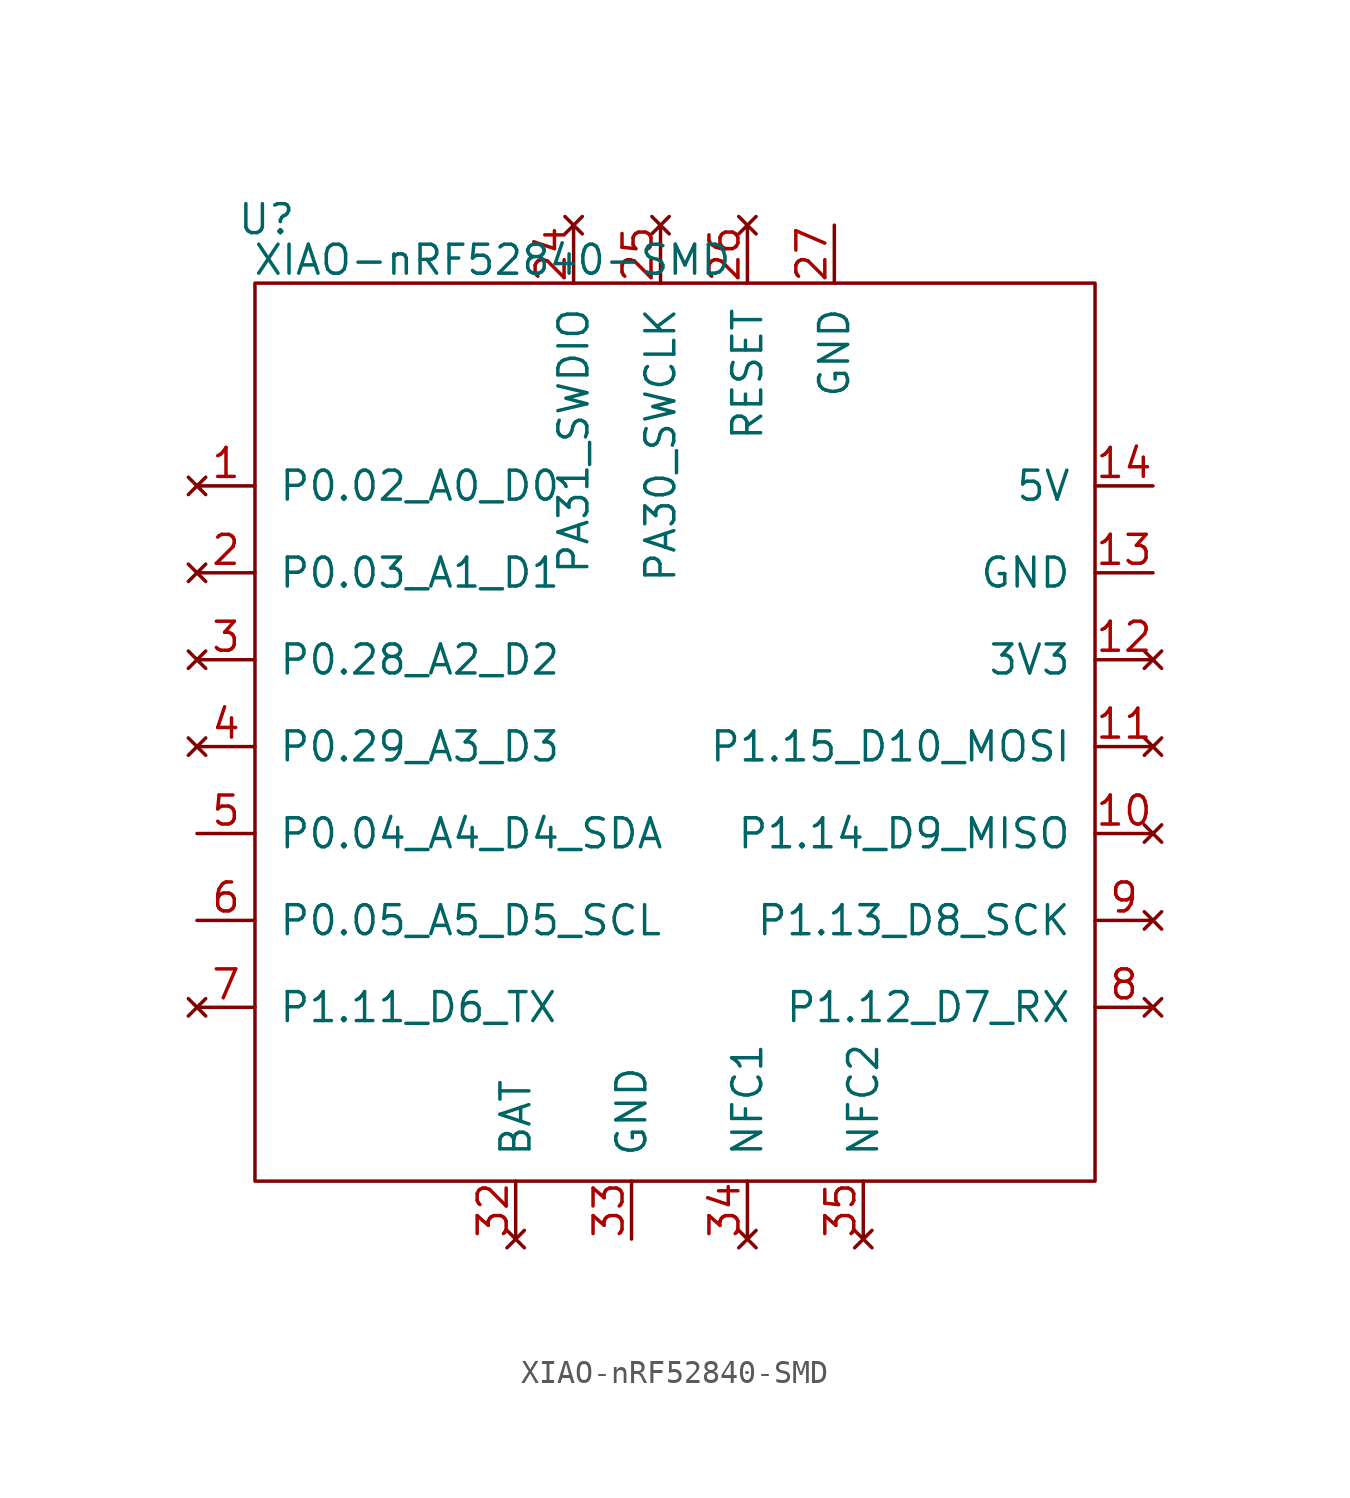
<source format=kicad_sym>
(kicad_symbol_lib
  (version 20241209)
  (generator "kicad_symbol_editor")
  (generator_version "9.0")
  (symbol "XIAO-nRF52840-SMD"
    (pin_names
      (offset 1.016))
    (property "Reference" "U"
      (at -18.542 23.114 0)
      (effects (font (size 1.27 1.27))))
    (property "Value" "XIAO-nRF52840-SMD"
      (at -8.636 21.336 0)
      (effects (font (size 1.27 1.27))))
    (symbol "XIAO-nRF52840-SMD_0_1"
      (rectangle (start -19.05 20.32) (end 17.78 -19.05) (stroke (width 0) (type default)) (fill (type none))))
    (symbol "XIAO-nRF52840-SMD_1_1"
      (pin no_connect line (at -21.59 11.43 0) (length 2.54) (name "P0.02_A0_D0" (effects (font (size 1.27 1.27)))) (number "1" (effects (font (size 1.27 1.27)))))
      (pin no_connect line (at -21.59 7.62 0) (length 2.54) (name "P0.03_A1_D1" (effects (font (size 1.27 1.27)))) (number "2" (effects (font (size 1.27 1.27)))))
      (pin no_connect line (at -21.59 3.81 0) (length 2.54) (name "P0.28_A2_D2" (effects (font (size 1.27 1.27)))) (number "3" (effects (font (size 1.27 1.27)))))
      (pin no_connect line (at -21.59 0 0) (length 2.54) (name "P0.29_A3_D3" (effects (font (size 1.27 1.27)))) (number "4" (effects (font (size 1.27 1.27)))))
      (pin bidirectional line (at -21.59 -3.81 0) (length 2.54) (name "P0.04_A4_D4_SDA" (effects (font (size 1.27 1.27)))) (number "5" (effects (font (size 1.27 1.27)))))
      (pin bidirectional line (at -21.59 -7.62 0) (length 2.54) (name "P0.05_A5_D5_SCL" (effects (font (size 1.27 1.27)))) (number "6" (effects (font (size 1.27 1.27)))))
      (pin no_connect line (at -21.59 -11.43 0) (length 2.54) (name "P1.11_D6_TX" (effects (font (size 1.27 1.27)))) (number "7" (effects (font (size 1.27 1.27)))))
      (pin no_connect line (at -7.62 -21.59 90) (length 2.54) (name "BAT" (effects (font (size 1.27 1.27)))) (number "32" (effects (font (size 1.27 1.27)))))
      (pin no_connect line (at -5.08 22.86 270) (length 2.54) (name "PA31_SWDIO" (effects (font (size 1.27 1.27)))) (number "24" (effects (font (size 1.27 1.27)))))
      (pin power_in line (at -2.54 -21.59 90) (length 2.54) (name "GND" (effects (font (size 1.27 1.27)))) (number "33" (effects (font (size 1.27 1.27)))))
      (pin no_connect line (at -1.27 22.86 270) (length 2.54) (name "PA30_SWCLK" (effects (font (size 1.27 1.27)))) (number "25" (effects (font (size 1.27 1.27)))))
      (pin no_connect line (at 2.54 22.86 270) (length 2.54) (name "RESET" (effects (font (size 1.27 1.27)))) (number "26" (effects (font (size 1.27 1.27)))))
      (pin no_connect line (at 2.54 -21.59 90) (length 2.54) (name "NFC1" (effects (font (size 1.27 1.27)))) (number "34" (effects (font (size 1.27 1.27)))))
      (pin power_in line (at 6.35 22.86 270) (length 2.54) (name "GND" (effects (font (size 1.27 1.27)))) (number "27" (effects (font (size 1.27 1.27)))))
      (pin no_connect line (at 7.62 -21.59 90) (length 2.54) (name "NFC2" (effects (font (size 1.27 1.27)))) (number "35" (effects (font (size 1.27 1.27)))))
      (pin power_out line (at 20.32 11.43 180) (length 2.54) (name "5V" (effects (font (size 1.27 1.27)))) (number "14" (effects (font (size 1.27 1.27)))))
      (pin power_in line (at 20.32 7.62 180) (length 2.54) (name "GND" (effects (font (size 1.27 1.27)))) (number "13" (effects (font (size 1.27 1.27)))))
      (pin no_connect line (at 20.32 3.81 180) (length 2.54) (name "3V3" (effects (font (size 1.27 1.27)))) (number "12" (effects (font (size 1.27 1.27)))))
      (pin no_connect line (at 20.32 0 180) (length 2.54) (name "P1.15_D10_MOSI" (effects (font (size 1.27 1.27)))) (number "11" (effects (font (size 1.27 1.27)))))
      (pin no_connect line (at 20.32 -3.81 180) (length 2.54) (name "P1.14_D9_MISO" (effects (font (size 1.27 1.27)))) (number "10" (effects (font (size 1.27 1.27)))))
      (pin no_connect line (at 20.32 -7.62 180) (length 2.54) (name "P1.13_D8_SCK" (effects (font (size 1.27 1.27)))) (number "9" (effects (font (size 1.27 1.27)))))
      (pin no_connect line (at 20.32 -11.43 180) (length 2.54) (name "P1.12_D7_RX" (effects (font (size 1.27 1.27)))) (number "8" (effects (font (size 1.27 1.27))))))))
</source>
